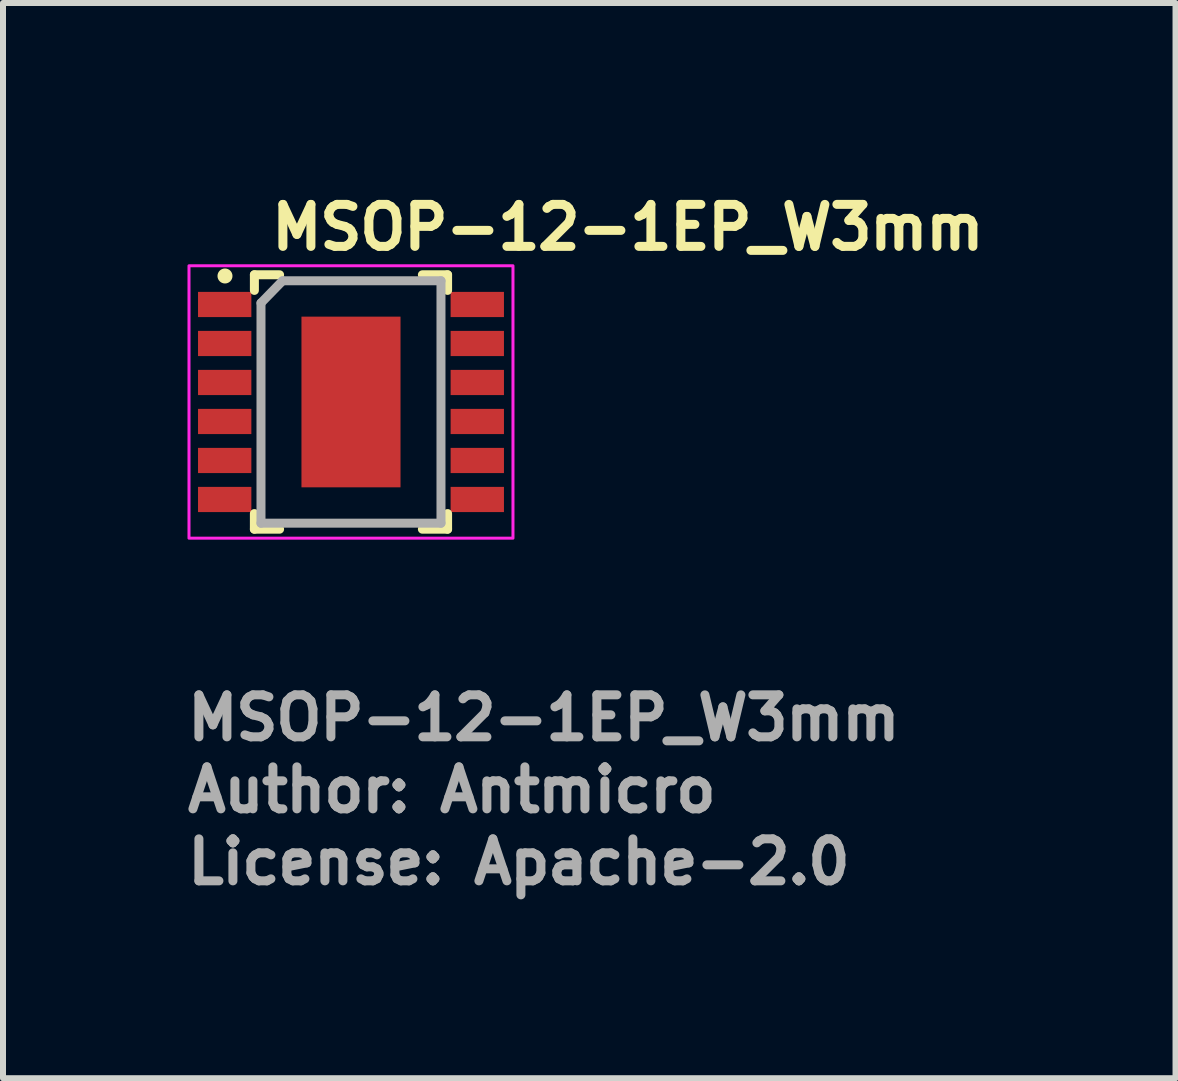
<source format=kicad_pcb>
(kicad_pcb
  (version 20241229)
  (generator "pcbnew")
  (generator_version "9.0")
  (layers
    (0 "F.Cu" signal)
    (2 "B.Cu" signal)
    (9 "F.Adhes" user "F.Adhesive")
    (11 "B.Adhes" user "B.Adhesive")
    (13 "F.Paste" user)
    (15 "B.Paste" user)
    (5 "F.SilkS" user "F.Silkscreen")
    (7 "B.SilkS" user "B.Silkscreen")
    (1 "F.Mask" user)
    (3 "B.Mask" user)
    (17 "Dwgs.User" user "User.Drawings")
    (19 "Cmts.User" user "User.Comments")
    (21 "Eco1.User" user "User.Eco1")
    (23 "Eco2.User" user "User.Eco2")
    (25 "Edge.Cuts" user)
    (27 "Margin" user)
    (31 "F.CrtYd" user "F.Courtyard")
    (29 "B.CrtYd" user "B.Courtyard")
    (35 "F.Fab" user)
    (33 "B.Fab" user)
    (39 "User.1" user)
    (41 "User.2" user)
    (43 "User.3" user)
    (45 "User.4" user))
  (footprint "MSOP-12-1EP_W3mm"
    (layer "F.Cu")
    (at 2.8 3.65)
    (property "Reference" "MSOP-12-1EP_W3mm" (at -1.4 -2.5 180) (layer "F.SilkS") (effects (font (size 0.7 0.7) (thickness 0.15)) (justify left bottom)))
    (attr smd)
    (fp_line (start -1.61 -1.86) (end -1.61 -2.12) (stroke (width 0.15) (type solid)) (layer "F.SilkS"))
    (fp_line (start -1.61 2.12) (end -1.61 1.86) (stroke (width 0.15) (type solid)) (layer "F.SilkS"))
    (fp_line (start -1.61 2.12) (end -1.19 2.12) (stroke (width 0.15) (type solid)) (layer "F.SilkS"))
    (fp_line (start -1.19 -2.12) (end -1.61 -2.12) (stroke (width 0.15) (type solid)) (layer "F.SilkS"))
    (fp_line (start 1.61 -2.12) (end 1.19 -2.12) (stroke (width 0.15) (type solid)) (layer "F.SilkS"))
    (fp_line (start 1.61 -2.12) (end 1.61 -1.86) (stroke (width 0.15) (type solid)) (layer "F.SilkS"))
    (fp_line (start 1.61 2.12) (end 1.19 2.12) (stroke (width 0.15) (type solid)) (layer "F.SilkS"))
    (fp_line (start 1.61 2.12) (end 1.61 1.86) (stroke (width 0.15) (type solid)) (layer "F.SilkS"))
    (fp_circle (center -2.1 -2.1) (end -2.05 -2.1) (stroke (width 0.15) (type solid)) (fill yes) (layer "F.SilkS"))
    (fp_rect (start -2.7 -2.27) (end 2.7 2.27) (stroke (width 0.05) (type solid)) (fill no) (layer "F.CrtYd"))
    (fp_line (start -1.5 -1.65) (end -1.5 2.02) (stroke (width 0.15) (type solid)) (layer "F.Fab"))
    (fp_line (start -1.5 -1.65) (end -1.14 -2.02) (stroke (width 0.15) (type solid)) (layer "F.Fab"))
    (fp_line (start -1.14 -2.02) (end 1.5 -2.02) (stroke (width 0.15) (type solid)) (layer "F.Fab"))
    (fp_line (start 1.5 -2.02) (end 1.5 2.02) (stroke (width 0.15) (type solid)) (layer "F.Fab"))
    (fp_line (start 1.5 2.02) (end -1.5 2.02) (stroke (width 0.15) (type solid)) (layer "F.Fab"))
    (fp_rect (start -2.45 -2.019) (end 2.45 2.019) (stroke (width 0.1) (type solid)) (fill no) (layer "User.5"))
    (fp_line (start -2.45 -1.775) (end -2.163 -1.775) (stroke (width 0.02) (type solid)) (layer "User.9"))
    (fp_line (start -2.45 -1.475) (end -2.45 -1.775) (stroke (width 0.02) (type solid)) (layer "User.9"))
    (fp_line (start -2.45 -1.475) (end -2.163 -1.475) (stroke (width 0.02) (type solid)) (layer "User.9"))
    (fp_line (start -2.45 -1.125) (end -2.163 -1.125) (stroke (width 0.02) (type solid)) (layer "User.9"))
    (fp_line (start -2.45 -0.825) (end -2.45 -1.125) (stroke (width 0.02) (type solid)) (layer "User.9"))
    (fp_line (start -2.45 -0.825) (end -2.163 -0.825) (stroke (width 0.02) (type solid)) (layer "User.9"))
    (fp_line (start -2.45 -0.475) (end -2.163 -0.475) (stroke (width 0.02) (type solid)) (layer "User.9"))
    (fp_line (start -2.45 -0.175) (end -2.45 -0.475) (stroke (width 0.02) (type solid)) (layer "User.9"))
    (fp_line (start -2.45 -0.175) (end -2.163 -0.175) (stroke (width 0.02) (type solid)) (layer "User.9"))
    (fp_line (start -2.45 0.175) (end -2.163 0.175) (stroke (width 0.02) (type solid)) (layer "User.9"))
    (fp_line (start -2.45 0.475) (end -2.45 0.175) (stroke (width 0.02) (type solid)) (layer "User.9"))
    (fp_line (start -2.45 0.475) (end -2.163 0.475) (stroke (width 0.02) (type solid)) (layer "User.9"))
    (fp_line (start -2.45 0.825) (end -2.163 0.825) (stroke (width 0.02) (type solid)) (layer "User.9"))
    (fp_line (start -2.45 1.125) (end -2.45 0.825) (stroke (width 0.02) (type solid)) (layer "User.9"))
    (fp_line (start -2.45 1.125) (end -2.163 1.125) (stroke (width 0.02) (type solid)) (layer "User.9"))
    (fp_line (start -2.45 1.475) (end -2.163 1.475) (stroke (width 0.02) (type solid)) (layer "User.9"))
    (fp_line (start -2.45 1.775) (end -2.45 1.475) (stroke (width 0.02) (type solid)) (layer "User.9"))
    (fp_line (start -2.45 1.775) (end -2.163 1.775) (stroke (width 0.02) (type solid)) (layer "User.9"))
    (fp_line (start -2.163 -1.775) (end -2.111 -1.775) (stroke (width 0.02) (type solid)) (layer "User.9"))
    (fp_line (start -2.163 -1.475) (end -2.111 -1.475) (stroke (width 0.02) (type solid)) (layer "User.9"))
    (fp_line (start -2.163 -1.125) (end -2.111 -1.125) (stroke (width 0.02) (type solid)) (layer "User.9"))
    (fp_line (start -2.163 -0.825) (end -2.111 -0.825) (stroke (width 0.02) (type solid)) (layer "User.9"))
    (fp_line (start -2.163 -0.475) (end -2.111 -0.475) (stroke (width 0.02) (type solid)) (layer "User.9"))
    (fp_line (start -2.163 -0.175) (end -2.111 -0.175) (stroke (width 0.02) (type solid)) (layer "User.9"))
    (fp_line (start -2.163 0.175) (end -2.111 0.175) (stroke (width 0.02) (type solid)) (layer "User.9"))
    (fp_line (start -2.163 0.475) (end -2.111 0.475) (stroke (width 0.02) (type solid)) (layer "User.9"))
    (fp_line (start -2.163 0.825) (end -2.111 0.825) (stroke (width 0.02) (type solid)) (layer "User.9"))
    (fp_line (start -2.163 1.125) (end -2.111 1.125) (stroke (width 0.02) (type solid)) (layer "User.9"))
    (fp_line (start -2.163 1.475) (end -2.111 1.475) (stroke (width 0.02) (type solid)) (layer "User.9"))
    (fp_line (start -2.163 1.775) (end -2.111 1.775) (stroke (width 0.02) (type solid)) (layer "User.9"))
    (fp_line (start -2.111 -1.775) (end -1.626 -1.775) (stroke (width 0.02) (type solid)) (layer "User.9"))
    (fp_line (start -2.111 -1.475) (end -1.626 -1.475) (stroke (width 0.02) (type solid)) (layer "User.9"))
    (fp_line (start -2.111 -1.125) (end -1.626 -1.125) (stroke (width 0.02) (type solid)) (layer "User.9"))
    (fp_line (start -2.111 -0.825) (end -1.626 -0.825) (stroke (width 0.02) (type solid)) (layer "User.9"))
    (fp_line (start -2.111 -0.475) (end -1.626 -0.475) (stroke (width 0.02) (type solid)) (layer "User.9"))
    (fp_line (start -2.111 -0.175) (end -1.626 -0.175) (stroke (width 0.02) (type solid)) (layer "User.9"))
    (fp_line (start -2.111 0.175) (end -1.626 0.175) (stroke (width 0.02) (type solid)) (layer "User.9"))
    (fp_line (start -2.111 0.475) (end -1.626 0.475) (stroke (width 0.02) (type solid)) (layer "User.9"))
    (fp_line (start -2.111 0.825) (end -1.626 0.825) (stroke (width 0.02) (type solid)) (layer "User.9"))
    (fp_line (start -2.111 1.125) (end -1.626 1.125) (stroke (width 0.02) (type solid)) (layer "User.9"))
    (fp_line (start -2.111 1.475) (end -1.626 1.475) (stroke (width 0.02) (type solid)) (layer "User.9"))
    (fp_line (start -2.111 1.775) (end -1.626 1.775) (stroke (width 0.02) (type solid)) (layer "User.9"))
    (fp_line (start -1.626 -1.775) (end -1.574 -1.775) (stroke (width 0.02) (type solid)) (layer "User.9"))
    (fp_line (start -1.626 -1.475) (end -1.574 -1.475) (stroke (width 0.02) (type solid)) (layer "User.9"))
    (fp_line (start -1.626 -1.125) (end -1.574 -1.125) (stroke (width 0.02) (type solid)) (layer "User.9"))
    (fp_line (start -1.626 -0.825) (end -1.574 -0.825) (stroke (width 0.02) (type solid)) (layer "User.9"))
    (fp_line (start -1.626 -0.475) (end -1.574 -0.475) (stroke (width 0.02) (type solid)) (layer "User.9"))
    (fp_line (start -1.626 -0.175) (end -1.574 -0.175) (stroke (width 0.02) (type solid)) (layer "User.9"))
    (fp_line (start -1.626 0.175) (end -1.574 0.175) (stroke (width 0.02) (type solid)) (layer "User.9"))
    (fp_line (start -1.626 0.475) (end -1.574 0.475) (stroke (width 0.02) (type solid)) (layer "User.9"))
    (fp_line (start -1.626 0.825) (end -1.574 0.825) (stroke (width 0.02) (type solid)) (layer "User.9"))
    (fp_line (start -1.626 1.125) (end -1.574 1.125) (stroke (width 0.02) (type solid)) (layer "User.9"))
    (fp_line (start -1.626 1.475) (end -1.574 1.475) (stroke (width 0.02) (type solid)) (layer "User.9"))
    (fp_line (start -1.626 1.775) (end -1.574 1.775) (stroke (width 0.02) (type solid)) (layer "User.9"))
    (fp_line (start -1.574 -1.775) (end -1.5 -1.775) (stroke (width 0.02) (type solid)) (layer "User.9"))
    (fp_line (start -1.574 -1.475) (end -1.5 -1.475) (stroke (width 0.02) (type solid)) (layer "User.9"))
    (fp_line (start -1.574 -1.125) (end -1.5 -1.125) (stroke (width 0.02) (type solid)) (layer "User.9"))
    (fp_line (start -1.574 -0.825) (end -1.5 -0.825) (stroke (width 0.02) (type solid)) (layer "User.9"))
    (fp_line (start -1.574 -0.475) (end -1.5 -0.475) (stroke (width 0.02) (type solid)) (layer "User.9"))
    (fp_line (start -1.574 -0.175) (end -1.5 -0.175) (stroke (width 0.02) (type solid)) (layer "User.9"))
    (fp_line (start -1.574 0.175) (end -1.5 0.175) (stroke (width 0.02) (type solid)) (layer "User.9"))
    (fp_line (start -1.574 0.475) (end -1.5 0.475) (stroke (width 0.02) (type solid)) (layer "User.9"))
    (fp_line (start -1.574 0.825) (end -1.5 0.825) (stroke (width 0.02) (type solid)) (layer "User.9"))
    (fp_line (start -1.574 1.125) (end -1.5 1.125) (stroke (width 0.02) (type solid)) (layer "User.9"))
    (fp_line (start -1.574 1.475) (end -1.5 1.475) (stroke (width 0.02) (type solid)) (layer "User.9"))
    (fp_line (start -1.574 1.775) (end -1.5 1.775) (stroke (width 0.02) (type solid)) (layer "User.9"))
    (fp_line (start -1.5 -2.019) (end -1.431 -1.95) (stroke (width 0.02) (type solid)) (layer "User.9"))
    (fp_line (start -1.5 -2.019) (end 1.5 -2.019) (stroke (width 0.02) (type solid)) (layer "User.9"))
    (fp_line (start -1.5 -1.475) (end -1.5 -1.775) (stroke (width 0.02) (type solid)) (layer "User.9"))
    (fp_line (start -1.5 -0.825) (end -1.5 -1.125) (stroke (width 0.02) (type solid)) (layer "User.9"))
    (fp_line (start -1.5 -0.175) (end -1.5 -0.475) (stroke (width 0.02) (type solid)) (layer "User.9"))
    (fp_line (start -1.5 0.475) (end -1.5 0.175) (stroke (width 0.02) (type solid)) (layer "User.9"))
    (fp_line (start -1.5 1.125) (end -1.5 0.825) (stroke (width 0.02) (type solid)) (layer "User.9"))
    (fp_line (start -1.5 1.775) (end -1.5 1.475) (stroke (width 0.02) (type solid)) (layer "User.9"))
    (fp_line (start -1.5 2.019) (end -1.5 -2.019) (stroke (width 0.02) (type solid)) (layer "User.9"))
    (fp_line (start -1.5 2.019) (end -1.431 1.95) (stroke (width 0.02) (type solid)) (layer "User.9"))
    (fp_line (start -1.5 2.019) (end 1.5 2.019) (stroke (width 0.02) (type solid)) (layer "User.9"))
    (fp_line (start -1.431 -1.95) (end -1.391 -1.911) (stroke (width 0.02) (type solid)) (layer "User.9"))
    (fp_line (start -1.431 1.95) (end -1.391 1.911) (stroke (width 0.02) (type solid)) (layer "User.9"))
    (fp_line (start -1.198 -1.53) (end -1.198 -1.53) (stroke (width 0.02) (type solid)) (layer "User.9"))
    (fp_line (start -1.198 -1.53) (end -1.197 -1.52) (stroke (width 0.02) (type solid)) (layer "User.9"))
    (fp_line (start -1.197 -1.549) (end -1.197 -1.539) (stroke (width 0.02) (type solid)) (layer "User.9"))
    (fp_line (start -1.197 -1.539) (end -1.198 -1.53) (stroke (width 0.02) (type solid)) (layer "User.9"))
    (fp_line (start -1.197 -1.52) (end -1.197 -1.51) (stroke (width 0.02) (type solid)) (layer "User.9"))
    (fp_line (start -1.197 -1.51) (end -1.195 -1.501) (stroke (width 0.02) (type solid)) (layer "User.9"))
    (fp_line (start -1.195 -1.558) (end -1.197 -1.549) (stroke (width 0.02) (type solid)) (layer "User.9"))
    (fp_line (start -1.195 -1.501) (end -1.194 -1.492) (stroke (width 0.02) (type solid)) (layer "User.9"))
    (fp_line (start -1.194 -1.567) (end -1.195 -1.558) (stroke (width 0.02) (type solid)) (layer "User.9"))
    (fp_line (start -1.194 -1.492) (end -1.192 -1.483) (stroke (width 0.02) (type solid)) (layer "User.9"))
    (fp_line (start -1.192 -1.576) (end -1.194 -1.567) (stroke (width 0.02) (type solid)) (layer "User.9"))
    (fp_line (start -1.192 -1.483) (end -1.189 -1.474) (stroke (width 0.02) (type solid)) (layer "User.9"))
    (fp_line (start -1.189 -1.585) (end -1.192 -1.576) (stroke (width 0.02) (type solid)) (layer "User.9"))
    (fp_line (start -1.189 -1.474) (end -1.186 -1.465) (stroke (width 0.02) (type solid)) (layer "User.9"))
    (fp_line (start -1.186 -1.594) (end -1.189 -1.585) (stroke (width 0.02) (type solid)) (layer "User.9"))
    (fp_line (start -1.186 -1.465) (end -1.183 -1.457) (stroke (width 0.02) (type solid)) (layer "User.9"))
    (fp_line (start -1.183 -1.602) (end -1.186 -1.594) (stroke (width 0.02) (type solid)) (layer "User.9"))
    (fp_line (start -1.183 -1.457) (end -1.179 -1.448) (stroke (width 0.02) (type solid)) (layer "User.9"))
    (fp_line (start -1.179 -1.611) (end -1.183 -1.602) (stroke (width 0.02) (type solid)) (layer "User.9"))
    (fp_line (start -1.179 -1.448) (end -1.175 -1.44) (stroke (width 0.02) (type solid)) (layer "User.9"))
    (fp_line (start -1.175 -1.619) (end -1.179 -1.611) (stroke (width 0.02) (type solid)) (layer "User.9"))
    (fp_line (start -1.175 -1.44) (end -1.17 -1.432) (stroke (width 0.02) (type solid)) (layer "User.9"))
    (fp_line (start -1.17 -1.627) (end -1.175 -1.619) (stroke (width 0.02) (type solid)) (layer "User.9"))
    (fp_line (start -1.17 -1.432) (end -1.165 -1.425) (stroke (width 0.02) (type solid)) (layer "User.9"))
    (fp_line (start -1.165 -1.634) (end -1.17 -1.627) (stroke (width 0.02) (type solid)) (layer "User.9"))
    (fp_line (start -1.165 -1.425) (end -1.16 -1.417) (stroke (width 0.02) (type solid)) (layer "User.9"))
    (fp_line (start -1.16 -1.642) (end -1.165 -1.634) (stroke (width 0.02) (type solid)) (layer "User.9"))
    (fp_line (start -1.16 -1.417) (end -1.155 -1.41) (stroke (width 0.02) (type solid)) (layer "User.9"))
    (fp_line (start -1.155 -1.649) (end -1.16 -1.642) (stroke (width 0.02) (type solid)) (layer "User.9"))
    (fp_line (start -1.155 -1.41) (end -1.149 -1.403) (stroke (width 0.02) (type solid)) (layer "User.9"))
    (fp_line (start -1.149 -1.656) (end -1.155 -1.649) (stroke (width 0.02) (type solid)) (layer "User.9"))
    (fp_line (start -1.149 -1.403) (end -1.143 -1.397) (stroke (width 0.02) (type solid)) (layer "User.9"))
    (fp_line (start -1.143 -1.662) (end -1.149 -1.656) (stroke (width 0.02) (type solid)) (layer "User.9"))
    (fp_line (start -1.143 -1.397) (end -1.136 -1.391) (stroke (width 0.02) (type solid)) (layer "User.9"))
    (fp_line (start -1.136 -1.668) (end -1.143 -1.662) (stroke (width 0.02) (type solid)) (layer "User.9"))
    (fp_line (start -1.136 -1.391) (end -1.129 -1.385) (stroke (width 0.02) (type solid)) (layer "User.9"))
    (fp_line (start -1.129 -1.674) (end -1.136 -1.668) (stroke (width 0.02) (type solid)) (layer "User.9"))
    (fp_line (start -1.129 -1.385) (end -1.122 -1.379) (stroke (width 0.02) (type solid)) (layer "User.9"))
    (fp_line (start -1.122 -1.68) (end -1.129 -1.674) (stroke (width 0.02) (type solid)) (layer "User.9"))
    (fp_line (start -1.122 -1.379) (end -1.115 -1.374) (stroke (width 0.02) (type solid)) (layer "User.9"))
    (fp_line (start -1.115 -1.685) (end -1.122 -1.68) (stroke (width 0.02) (type solid)) (layer "User.9"))
    (fp_line (start -1.115 -1.374) (end -1.107 -1.369) (stroke (width 0.02) (type solid)) (layer "User.9"))
    (fp_line (start -1.107 -1.69) (end -1.115 -1.685) (stroke (width 0.02) (type solid)) (layer "User.9"))
    (fp_line (start -1.107 -1.369) (end -1.099 -1.365) (stroke (width 0.02) (type solid)) (layer "User.9"))
    (fp_line (start -1.099 -1.694) (end -1.107 -1.69) (stroke (width 0.02) (type solid)) (layer "User.9"))
    (fp_line (start -1.099 -1.365) (end -1.091 -1.36) (stroke (width 0.02) (type solid)) (layer "User.9"))
    (fp_line (start -1.091 -1.699) (end -1.099 -1.694) (stroke (width 0.02) (type solid)) (layer "User.9"))
    (fp_line (start -1.091 -1.36) (end -1.083 -1.357) (stroke (width 0.02) (type solid)) (layer "User.9"))
    (fp_line (start -1.083 -1.702) (end -1.091 -1.699) (stroke (width 0.02) (type solid)) (layer "User.9"))
    (fp_line (start -1.083 -1.357) (end -1.074 -1.353) (stroke (width 0.02) (type solid)) (layer "User.9"))
    (fp_line (start -1.074 -1.706) (end -1.083 -1.702) (stroke (width 0.02) (type solid)) (layer "User.9"))
    (fp_line (start -1.074 -1.353) (end -1.066 -1.35) (stroke (width 0.02) (type solid)) (layer "User.9"))
    (fp_line (start -1.066 -1.709) (end -1.074 -1.706) (stroke (width 0.02) (type solid)) (layer "User.9"))
    (fp_line (start -1.066 -1.35) (end -1.057 -1.348) (stroke (width 0.02) (type solid)) (layer "User.9"))
    (fp_line (start -1.057 -1.711) (end -1.066 -1.709) (stroke (width 0.02) (type solid)) (layer "User.9"))
    (fp_line (start -1.057 -1.348) (end -1.048 -1.346) (stroke (width 0.02) (type solid)) (layer "User.9"))
    (fp_line (start -1.048 -1.713) (end -1.057 -1.711) (stroke (width 0.02) (type solid)) (layer "User.9"))
    (fp_line (start -1.048 -1.346) (end -1.039 -1.344) (stroke (width 0.02) (type solid)) (layer "User.9"))
    (fp_line (start -1.039 -1.715) (end -1.048 -1.713) (stroke (width 0.02) (type solid)) (layer "User.9"))
    (fp_line (start -1.039 -1.344) (end -1.029 -1.343) (stroke (width 0.02) (type solid)) (layer "User.9"))
    (fp_line (start -1.029 -1.716) (end -1.039 -1.715) (stroke (width 0.02) (type solid)) (layer "User.9"))
    (fp_line (start -1.029 -1.343) (end -1.02 -1.342) (stroke (width 0.02) (type solid)) (layer "User.9"))
    (fp_line (start -1.02 -1.717) (end -1.029 -1.716) (stroke (width 0.02) (type solid)) (layer "User.9"))
    (fp_line (start -1.02 -1.342) (end -1.01 -1.342) (stroke (width 0.02) (type solid)) (layer "User.9"))
    (fp_line (start -1.01 -1.717) (end -1.02 -1.717) (stroke (width 0.02) (type solid)) (layer "User.9"))
    (fp_line (start -1.01 -1.717) (end -1.01 -1.717) (stroke (width 0.02) (type solid)) (layer "User.9"))
    (fp_line (start -1.01 -1.342) (end -1.01 -1.342) (stroke (width 0.02) (type solid)) (layer "User.9"))
    (fp_line (start -1.01 -1.342) (end -1 -1.342) (stroke (width 0.02) (type solid)) (layer "User.9"))
    (fp_line (start -1 -1.717) (end -1.01 -1.717) (stroke (width 0.02) (type solid)) (layer "User.9"))
    (fp_line (start -1 -1.342) (end -0.991 -1.343) (stroke (width 0.02) (type solid)) (layer "User.9"))
    (fp_line (start -0.991 -1.716) (end -1 -1.717) (stroke (width 0.02) (type solid)) (layer "User.9"))
    (fp_line (start -0.991 -1.343) (end -0.981 -1.344) (stroke (width 0.02) (type solid)) (layer "User.9"))
    (fp_line (start -0.981 -1.715) (end -0.991 -1.716) (stroke (width 0.02) (type solid)) (layer "User.9"))
    (fp_line (start -0.981 -1.344) (end -0.972 -1.346) (stroke (width 0.02) (type solid)) (layer "User.9"))
    (fp_line (start -0.972 -1.713) (end -0.981 -1.715) (stroke (width 0.02) (type solid)) (layer "User.9"))
    (fp_line (start -0.972 -1.346) (end -0.963 -1.348) (stroke (width 0.02) (type solid)) (layer "User.9"))
    (fp_line (start -0.963 -1.711) (end -0.972 -1.713) (stroke (width 0.02) (type solid)) (layer "User.9"))
    (fp_line (start -0.963 -1.348) (end -0.954 -1.35) (stroke (width 0.02) (type solid)) (layer "User.9"))
    (fp_line (start -0.954 -1.709) (end -0.963 -1.711) (stroke (width 0.02) (type solid)) (layer "User.9"))
    (fp_line (start -0.954 -1.35) (end -0.946 -1.353) (stroke (width 0.02) (type solid)) (layer "User.9"))
    (fp_line (start -0.946 -1.706) (end -0.954 -1.709) (stroke (width 0.02) (type solid)) (layer "User.9"))
    (fp_line (start -0.946 -1.353) (end -0.937 -1.357) (stroke (width 0.02) (type solid)) (layer "User.9"))
    (fp_line (start -0.937 -1.702) (end -0.946 -1.706) (stroke (width 0.02) (type solid)) (layer "User.9"))
    (fp_line (start -0.937 -1.357) (end -0.929 -1.36) (stroke (width 0.02) (type solid)) (layer "User.9"))
    (fp_line (start -0.929 -1.699) (end -0.937 -1.702) (stroke (width 0.02) (type solid)) (layer "User.9"))
    (fp_line (start -0.929 -1.36) (end -0.921 -1.365) (stroke (width 0.02) (type solid)) (layer "User.9"))
    (fp_line (start -0.921 -1.694) (end -0.929 -1.699) (stroke (width 0.02) (type solid)) (layer "User.9"))
    (fp_line (start -0.921 -1.365) (end -0.913 -1.369) (stroke (width 0.02) (type solid)) (layer "User.9"))
    (fp_line (start -0.913 -1.69) (end -0.921 -1.694) (stroke (width 0.02) (type solid)) (layer "User.9"))
    (fp_line (start -0.913 -1.369) (end -0.905 -1.374) (stroke (width 0.02) (type solid)) (layer "User.9"))
    (fp_line (start -0.905 -1.685) (end -0.913 -1.69) (stroke (width 0.02) (type solid)) (layer "User.9"))
    (fp_line (start -0.905 -1.374) (end -0.898 -1.379) (stroke (width 0.02) (type solid)) (layer "User.9"))
    (fp_line (start -0.898 -1.68) (end -0.905 -1.685) (stroke (width 0.02) (type solid)) (layer "User.9"))
    (fp_line (start -0.898 -1.379) (end -0.891 -1.385) (stroke (width 0.02) (type solid)) (layer "User.9"))
    (fp_line (start -0.891 -1.674) (end -0.898 -1.68) (stroke (width 0.02) (type solid)) (layer "User.9"))
    (fp_line (start -0.891 -1.385) (end -0.884 -1.391) (stroke (width 0.02) (type solid)) (layer "User.9"))
    (fp_line (start -0.884 -1.668) (end -0.891 -1.674) (stroke (width 0.02) (type solid)) (layer "User.9"))
    (fp_line (start -0.884 -1.391) (end -0.877 -1.397) (stroke (width 0.02) (type solid)) (layer "User.9"))
    (fp_line (start -0.877 -1.662) (end -0.884 -1.668) (stroke (width 0.02) (type solid)) (layer "User.9"))
    (fp_line (start -0.877 -1.397) (end -0.871 -1.403) (stroke (width 0.02) (type solid)) (layer "User.9"))
    (fp_line (start -0.871 -1.656) (end -0.877 -1.662) (stroke (width 0.02) (type solid)) (layer "User.9"))
    (fp_line (start -0.871 -1.403) (end -0.865 -1.41) (stroke (width 0.02) (type solid)) (layer "User.9"))
    (fp_line (start -0.865 -1.649) (end -0.871 -1.656) (stroke (width 0.02) (type solid)) (layer "User.9"))
    (fp_line (start -0.865 -1.41) (end -0.86 -1.417) (stroke (width 0.02) (type solid)) (layer "User.9"))
    (fp_line (start -0.86 -1.642) (end -0.865 -1.649) (stroke (width 0.02) (type solid)) (layer "User.9"))
    (fp_line (start -0.86 -1.417) (end -0.855 -1.425) (stroke (width 0.02) (type solid)) (layer "User.9"))
    (fp_line (start -0.855 -1.634) (end -0.86 -1.642) (stroke (width 0.02) (type solid)) (layer "User.9"))
    (fp_line (start -0.855 -1.425) (end -0.85 -1.432) (stroke (width 0.02) (type solid)) (layer "User.9"))
    (fp_line (start -0.85 -1.627) (end -0.855 -1.634) (stroke (width 0.02) (type solid)) (layer "User.9"))
    (fp_line (start -0.85 -1.432) (end -0.845 -1.44) (stroke (width 0.02) (type solid)) (layer "User.9"))
    (fp_line (start -0.845 -1.619) (end -0.85 -1.627) (stroke (width 0.02) (type solid)) (layer "User.9"))
    (fp_line (start -0.845 -1.44) (end -0.841 -1.448) (stroke (width 0.02) (type solid)) (layer "User.9"))
    (fp_line (start -0.841 -1.611) (end -0.845 -1.619) (stroke (width 0.02) (type solid)) (layer "User.9"))
    (fp_line (start -0.841 -1.448) (end -0.837 -1.457) (stroke (width 0.02) (type solid)) (layer "User.9"))
    (fp_line (start -0.837 -1.602) (end -0.841 -1.611) (stroke (width 0.02) (type solid)) (layer "User.9"))
    (fp_line (start -0.837 -1.457) (end -0.834 -1.465) (stroke (width 0.02) (type solid)) (layer "User.9"))
    (fp_line (start -0.834 -1.594) (end -0.837 -1.602) (stroke (width 0.02) (type solid)) (layer "User.9"))
    (fp_line (start -0.834 -1.465) (end -0.831 -1.474) (stroke (width 0.02) (type solid)) (layer "User.9"))
    (fp_line (start -0.831 -1.585) (end -0.834 -1.594) (stroke (width 0.02) (type solid)) (layer "User.9"))
    (fp_line (start -0.831 -1.474) (end -0.828 -1.483) (stroke (width 0.02) (type solid)) (layer "User.9"))
    (fp_line (start -0.828 -1.576) (end -0.831 -1.585) (stroke (width 0.02) (type solid)) (layer "User.9"))
    (fp_line (start -0.828 -1.483) (end -0.826 -1.492) (stroke (width 0.02) (type solid)) (layer "User.9"))
    (fp_line (start -0.826 -1.567) (end -0.828 -1.576) (stroke (width 0.02) (type solid)) (layer "User.9"))
    (fp_line (start -0.826 -1.492) (end -0.825 -1.501) (stroke (width 0.02) (type solid)) (layer "User.9"))
    (fp_line (start -0.825 -1.558) (end -0.826 -1.567) (stroke (width 0.02) (type solid)) (layer "User.9"))
    (fp_line (start -0.825 -1.501) (end -0.823 -1.51) (stroke (width 0.02) (type solid)) (layer "User.9"))
    (fp_line (start -0.823 -1.549) (end -0.825 -1.558) (stroke (width 0.02) (type solid)) (layer "User.9"))
    (fp_line (start -0.823 -1.539) (end -0.823 -1.549) (stroke (width 0.02) (type solid)) (layer "User.9"))
    (fp_line (start -0.823 -1.52) (end -0.822 -1.53) (stroke (width 0.02) (type solid)) (layer "User.9"))
    (fp_line (start -0.823 -1.51) (end -0.823 -1.52) (stroke (width 0.02) (type solid)) (layer "User.9"))
    (fp_line (start -0.822 -1.53) (end -0.823 -1.539) (stroke (width 0.02) (type solid)) (layer "User.9"))
    (fp_line (start -0.822 -1.53) (end -0.822 -1.53) (stroke (width 0.02) (type solid)) (layer "User.9"))
    (fp_line (start -0.822 -1.53) (end -0.822 -1.53) (stroke (width 0.02) (type solid)) (layer "User.9"))
    (fp_line (start 1.391 -1.911) (end 1.431 -1.95) (stroke (width 0.02) (type solid)) (layer "User.9"))
    (fp_line (start 1.431 1.95) (end 1.391 1.911) (stroke (width 0.02) (type solid)) (layer "User.9"))
    (fp_line (start 1.5 -2.019) (end 1.431 -1.95) (stroke (width 0.02) (type solid)) (layer "User.9"))
    (fp_line (start 1.5 -1.775) (end 1.574 -1.775) (stroke (width 0.02) (type solid)) (layer "User.9"))
    (fp_line (start 1.5 -1.475) (end 1.5 -1.775) (stroke (width 0.02) (type solid)) (layer "User.9"))
    (fp_line (start 1.5 -1.475) (end 1.574 -1.475) (stroke (width 0.02) (type solid)) (layer "User.9"))
    (fp_line (start 1.5 -1.125) (end 1.574 -1.125) (stroke (width 0.02) (type solid)) (layer "User.9"))
    (fp_line (start 1.5 -0.825) (end 1.5 -1.125) (stroke (width 0.02) (type solid)) (layer "User.9"))
    (fp_line (start 1.5 -0.825) (end 1.574 -0.825) (stroke (width 0.02) (type solid)) (layer "User.9"))
    (fp_line (start 1.5 -0.475) (end 1.574 -0.475) (stroke (width 0.02) (type solid)) (layer "User.9"))
    (fp_line (start 1.5 -0.175) (end 1.5 -0.475) (stroke (width 0.02) (type solid)) (layer "User.9"))
    (fp_line (start 1.5 -0.175) (end 1.574 -0.175) (stroke (width 0.02) (type solid)) (layer "User.9"))
    (fp_line (start 1.5 0.175) (end 1.574 0.175) (stroke (width 0.02) (type solid)) (layer "User.9"))
    (fp_line (start 1.5 0.475) (end 1.5 0.175) (stroke (width 0.02) (type solid)) (layer "User.9"))
    (fp_line (start 1.5 0.475) (end 1.574 0.475) (stroke (width 0.02) (type solid)) (layer "User.9"))
    (fp_line (start 1.5 0.825) (end 1.574 0.825) (stroke (width 0.02) (type solid)) (layer "User.9"))
    (fp_line (start 1.5 1.125) (end 1.5 0.825) (stroke (width 0.02) (type solid)) (layer "User.9"))
    (fp_line (start 1.5 1.125) (end 1.574 1.125) (stroke (width 0.02) (type solid)) (layer "User.9"))
    (fp_line (start 1.5 1.475) (end 1.574 1.475) (stroke (width 0.02) (type solid)) (layer "User.9"))
    (fp_line (start 1.5 1.775) (end 1.5 1.475) (stroke (width 0.02) (type solid)) (layer "User.9"))
    (fp_line (start 1.5 1.775) (end 1.574 1.775) (stroke (width 0.02) (type solid)) (layer "User.9"))
    (fp_line (start 1.5 2.019) (end 1.431 1.95) (stroke (width 0.02) (type solid)) (layer "User.9"))
    (fp_line (start 1.5 2.019) (end 1.5 -2.019) (stroke (width 0.02) (type solid)) (layer "User.9"))
    (fp_line (start 1.626 -1.775) (end 1.574 -1.775) (stroke (width 0.02) (type solid)) (layer "User.9"))
    (fp_line (start 1.626 -1.475) (end 1.574 -1.475) (stroke (width 0.02) (type solid)) (layer "User.9"))
    (fp_line (start 1.626 -1.125) (end 1.574 -1.125) (stroke (width 0.02) (type solid)) (layer "User.9"))
    (fp_line (start 1.626 -0.825) (end 1.574 -0.825) (stroke (width 0.02) (type solid)) (layer "User.9"))
    (fp_line (start 1.626 -0.475) (end 1.574 -0.475) (stroke (width 0.02) (type solid)) (layer "User.9"))
    (fp_line (start 1.626 -0.175) (end 1.574 -0.175) (stroke (width 0.02) (type solid)) (layer "User.9"))
    (fp_line (start 1.626 0.175) (end 1.574 0.175) (stroke (width 0.02) (type solid)) (layer "User.9"))
    (fp_line (start 1.626 0.475) (end 1.574 0.475) (stroke (width 0.02) (type solid)) (layer "User.9"))
    (fp_line (start 1.626 0.825) (end 1.574 0.825) (stroke (width 0.02) (type solid)) (layer "User.9"))
    (fp_line (start 1.626 1.125) (end 1.574 1.125) (stroke (width 0.02) (type solid)) (layer "User.9"))
    (fp_line (start 1.626 1.475) (end 1.574 1.475) (stroke (width 0.02) (type solid)) (layer "User.9"))
    (fp_line (start 1.626 1.775) (end 1.574 1.775) (stroke (width 0.02) (type solid)) (layer "User.9"))
    (fp_line (start 2.111 -1.775) (end 1.626 -1.775) (stroke (width 0.02) (type solid)) (layer "User.9"))
    (fp_line (start 2.111 -1.475) (end 1.626 -1.475) (stroke (width 0.02) (type solid)) (layer "User.9"))
    (fp_line (start 2.111 -1.125) (end 1.626 -1.125) (stroke (width 0.02) (type solid)) (layer "User.9"))
    (fp_line (start 2.111 -0.825) (end 1.626 -0.825) (stroke (width 0.02) (type solid)) (layer "User.9"))
    (fp_line (start 2.111 -0.475) (end 1.626 -0.475) (stroke (width 0.02) (type solid)) (layer "User.9"))
    (fp_line (start 2.111 -0.175) (end 1.626 -0.175) (stroke (width 0.02) (type solid)) (layer "User.9"))
    (fp_line (start 2.111 0.175) (end 1.626 0.175) (stroke (width 0.02) (type solid)) (layer "User.9"))
    (fp_line (start 2.111 0.475) (end 1.626 0.475) (stroke (width 0.02) (type solid)) (layer "User.9"))
    (fp_line (start 2.111 0.825) (end 1.626 0.825) (stroke (width 0.02) (type solid)) (layer "User.9"))
    (fp_line (start 2.111 1.125) (end 1.626 1.125) (stroke (width 0.02) (type solid)) (layer "User.9"))
    (fp_line (start 2.111 1.475) (end 1.626 1.475) (stroke (width 0.02) (type solid)) (layer "User.9"))
    (fp_line (start 2.111 1.775) (end 1.626 1.775) (stroke (width 0.02) (type solid)) (layer "User.9"))
    (fp_line (start 2.163 -1.775) (end 2.111 -1.775) (stroke (width 0.02) (type solid)) (layer "User.9"))
    (fp_line (start 2.163 -1.775) (end 2.45 -1.775) (stroke (width 0.02) (type solid)) (layer "User.9"))
    (fp_line (start 2.163 -1.475) (end 2.111 -1.475) (stroke (width 0.02) (type solid)) (layer "User.9"))
    (fp_line (start 2.163 -1.475) (end 2.45 -1.475) (stroke (width 0.02) (type solid)) (layer "User.9"))
    (fp_line (start 2.163 -1.125) (end 2.111 -1.125) (stroke (width 0.02) (type solid)) (layer "User.9"))
    (fp_line (start 2.163 -1.125) (end 2.45 -1.125) (stroke (width 0.02) (type solid)) (layer "User.9"))
    (fp_line (start 2.163 -0.825) (end 2.111 -0.825) (stroke (width 0.02) (type solid)) (layer "User.9"))
    (fp_line (start 2.163 -0.825) (end 2.45 -0.825) (stroke (width 0.02) (type solid)) (layer "User.9"))
    (fp_line (start 2.163 -0.475) (end 2.111 -0.475) (stroke (width 0.02) (type solid)) (layer "User.9"))
    (fp_line (start 2.163 -0.475) (end 2.45 -0.475) (stroke (width 0.02) (type solid)) (layer "User.9"))
    (fp_line (start 2.163 -0.175) (end 2.111 -0.175) (stroke (width 0.02) (type solid)) (layer "User.9"))
    (fp_line (start 2.163 -0.175) (end 2.45 -0.175) (stroke (width 0.02) (type solid)) (layer "User.9"))
    (fp_line (start 2.163 0.175) (end 2.111 0.175) (stroke (width 0.02) (type solid)) (layer "User.9"))
    (fp_line (start 2.163 0.175) (end 2.45 0.175) (stroke (width 0.02) (type solid)) (layer "User.9"))
    (fp_line (start 2.163 0.475) (end 2.111 0.475) (stroke (width 0.02) (type solid)) (layer "User.9"))
    (fp_line (start 2.163 0.475) (end 2.45 0.475) (stroke (width 0.02) (type solid)) (layer "User.9"))
    (fp_line (start 2.163 0.825) (end 2.111 0.825) (stroke (width 0.02) (type solid)) (layer "User.9"))
    (fp_line (start 2.163 0.825) (end 2.45 0.825) (stroke (width 0.02) (type solid)) (layer "User.9"))
    (fp_line (start 2.163 1.125) (end 2.111 1.125) (stroke (width 0.02) (type solid)) (layer "User.9"))
    (fp_line (start 2.163 1.125) (end 2.45 1.125) (stroke (width 0.02) (type solid)) (layer "User.9"))
    (fp_line (start 2.163 1.475) (end 2.111 1.475) (stroke (width 0.02) (type solid)) (layer "User.9"))
    (fp_line (start 2.163 1.475) (end 2.45 1.475) (stroke (width 0.02) (type solid)) (layer "User.9"))
    (fp_line (start 2.163 1.775) (end 2.111 1.775) (stroke (width 0.02) (type solid)) (layer "User.9"))
    (fp_line (start 2.163 1.775) (end 2.45 1.775) (stroke (width 0.02) (type solid)) (layer "User.9"))
    (fp_line (start 2.45 -1.475) (end 2.45 -1.775) (stroke (width 0.02) (type solid)) (layer "User.9"))
    (fp_line (start 2.45 -0.825) (end 2.45 -1.125) (stroke (width 0.02) (type solid)) (layer "User.9"))
    (fp_line (start 2.45 -0.175) (end 2.45 -0.475) (stroke (width 0.02) (type solid)) (layer "User.9"))
    (fp_line (start 2.45 0.475) (end 2.45 0.175) (stroke (width 0.02) (type solid)) (layer "User.9"))
    (fp_line (start 2.45 1.125) (end 2.45 0.825) (stroke (width 0.02) (type solid)) (layer "User.9"))
    (fp_line (start 2.45 1.775) (end 2.45 1.475) (stroke (width 0.02) (type solid)) (layer "User.9"))
    (fp_text user "${REFERENCE}" (at -2.8 5.675 0) (layer "F.Fab") (effects (font (size 0.7 0.7) (thickness 0.15)) (justify left bottom)))
    (fp_text user "License: Apache-2.0" (at -2.8 8.075 0) (layer "F.Fab") (effects (font (size 0.7 0.7) (thickness 0.15)) (justify left bottom)))
    (fp_text user "Author: Antmicro" (at -2.8 6.875 0) (layer "F.Fab") (effects (font (size 0.7 0.7) (thickness 0.15)) (justify left bottom)))
    (pad "1" smd rect (at -2.105 -1.625 270) (size 0.42 0.889) (layers "F.Cu" "F.Mask" "F.Paste"))
    (pad "2" smd rect (at -2.105 -0.975 270) (size 0.42 0.889) (layers "F.Cu" "F.Mask" "F.Paste"))
    (pad "3" smd rect (at -2.105 -0.325 270) (size 0.42 0.889) (layers "F.Cu" "F.Mask" "F.Paste"))
    (pad "4" smd rect (at -2.105 0.325 270) (size 0.42 0.889) (layers "F.Cu" "F.Mask" "F.Paste"))
    (pad "5" smd rect (at -2.105 0.975 270) (size 0.42 0.889) (layers "F.Cu" "F.Mask" "F.Paste"))
    (pad "6" smd rect (at -2.105 1.625 270) (size 0.42 0.889) (layers "F.Cu" "F.Mask" "F.Paste"))
    (pad "7" smd rect (at 2.105 1.625 270) (size 0.42 0.889) (layers "F.Cu" "F.Mask" "F.Paste"))
    (pad "8" smd rect (at 2.105 0.975 270) (size 0.42 0.889) (layers "F.Cu" "F.Mask" "F.Paste"))
    (pad "9" smd rect (at 2.105 0.325 270) (size 0.42 0.889) (layers "F.Cu" "F.Mask" "F.Paste"))
    (pad "10" smd rect (at 2.105 -0.325 270) (size 0.42 0.889) (layers "F.Cu" "F.Mask" "F.Paste"))
    (pad "11" smd rect (at 2.105 -0.975 270) (size 0.42 0.889) (layers "F.Cu" "F.Mask" "F.Paste"))
    (pad "12" smd rect (at 2.105 -1.625 270) (size 0.42 0.889) (layers "F.Cu" "F.Mask" "F.Paste"))
    (pad "13" smd rect (at 0 0 270) (size 2.845 1.651) (layers "F.Cu" "F.Mask" "F.Paste")))
  (gr_rect
    (start -3 -3)
    (end 16.543 14.921)
    (stroke (width 0.1) (type default))
    (fill no)
    (layer "Edge.Cuts")))
</source>
